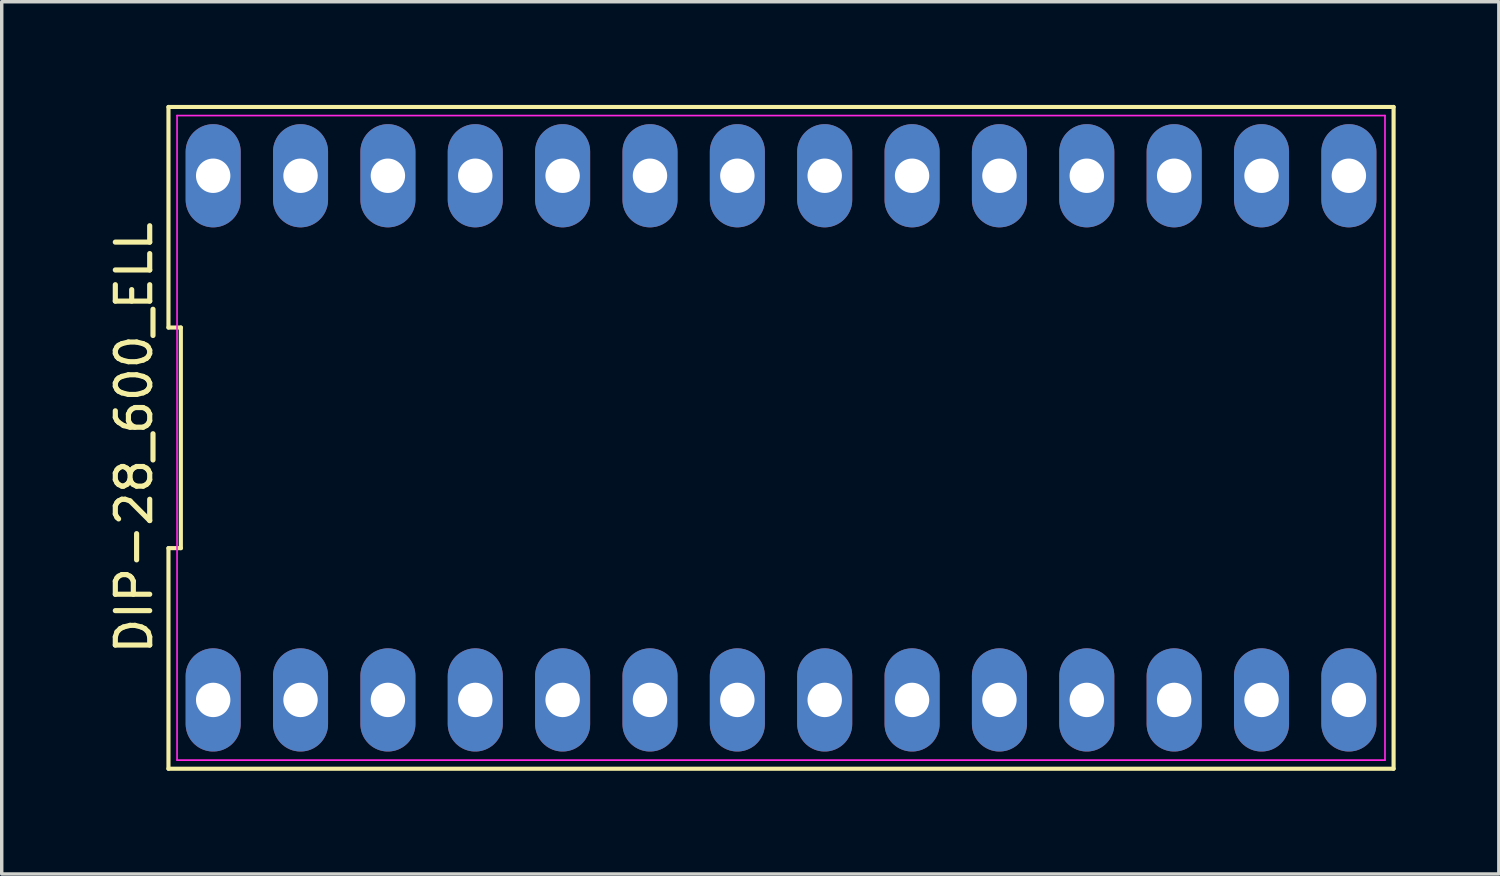
<source format=kicad_pcb>
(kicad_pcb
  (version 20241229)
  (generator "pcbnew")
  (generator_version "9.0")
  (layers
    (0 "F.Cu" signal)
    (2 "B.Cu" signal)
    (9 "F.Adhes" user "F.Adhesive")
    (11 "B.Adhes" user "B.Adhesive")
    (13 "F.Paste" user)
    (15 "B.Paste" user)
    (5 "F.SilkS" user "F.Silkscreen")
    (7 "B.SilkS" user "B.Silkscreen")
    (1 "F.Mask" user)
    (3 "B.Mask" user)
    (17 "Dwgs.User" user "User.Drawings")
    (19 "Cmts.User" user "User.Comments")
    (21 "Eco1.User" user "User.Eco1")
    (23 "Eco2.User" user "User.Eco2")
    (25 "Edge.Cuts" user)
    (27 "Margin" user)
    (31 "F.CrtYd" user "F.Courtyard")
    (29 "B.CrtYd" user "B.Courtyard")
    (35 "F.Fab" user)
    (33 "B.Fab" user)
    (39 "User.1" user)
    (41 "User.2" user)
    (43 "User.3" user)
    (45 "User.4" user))
  (footprint "DIP-28_600_ELL"
    (layer "F.Cu")
    (at 19.658 9.68)
    (property "Reference" "DIP-28_600_ELL" (at -18.81 0 90) (layer "F.SilkS") (effects (font (size 1 1) (thickness 0.15))))
    (attr through_hole)
    (fp_line (start -17.81 -9.62) (end -17.81 -3.207) (stroke (width 0.12) (type default)) (layer "F.SilkS"))
    (fp_line (start -17.81 -3.207) (end -17.45 -3.207) (stroke (width 0.12) (type default)) (layer "F.SilkS"))
    (fp_line (start -17.81 3.207) (end -17.81 9.62) (stroke (width 0.12) (type default)) (layer "F.SilkS"))
    (fp_line (start -17.81 9.62) (end 17.81 9.62) (stroke (width 0.12) (type default)) (layer "F.SilkS"))
    (fp_line (start -17.45 -3.207) (end -17.45 3.207) (stroke (width 0.12) (type default)) (layer "F.SilkS"))
    (fp_line (start -17.45 3.207) (end -17.81 3.207) (stroke (width 0.12) (type default)) (layer "F.SilkS"))
    (fp_line (start 17.81 -9.62) (end -17.81 -9.62) (stroke (width 0.12) (type default)) (layer "F.SilkS"))
    (fp_line (start 17.81 9.62) (end 17.81 -9.62) (stroke (width 0.12) (type default)) (layer "F.SilkS"))
    (fp_line (start -17.56 -9.37) (end 17.56 -9.37) (stroke (width 0.05) (type default)) (layer "F.CrtYd"))
    (fp_line (start -17.56 9.37) (end -17.56 -9.37) (stroke (width 0.05) (type default)) (layer "F.CrtYd"))
    (fp_line (start 17.56 -9.37) (end 17.56 9.37) (stroke (width 0.05) (type default)) (layer "F.CrtYd"))
    (fp_line (start 17.56 9.37) (end -17.56 9.37) (stroke (width 0.05) (type default)) (layer "F.CrtYd"))
    (pad "1" thru_hole oval (at -16.51 7.62) (size 1.6 3) (drill 1) (layers "*.Cu" "*.Mask"))
    (pad "2" thru_hole oval (at -13.97 7.62) (size 1.6 3) (drill 1) (layers "*.Cu" "*.Mask"))
    (pad "3" thru_hole oval (at -11.43 7.62) (size 1.6 3) (drill 1) (layers "*.Cu" "*.Mask"))
    (pad "4" thru_hole oval (at -8.89 7.62) (size 1.6 3) (drill 1) (layers "*.Cu" "*.Mask"))
    (pad "5" thru_hole oval (at -6.35 7.62) (size 1.6 3) (drill 1) (layers "*.Cu" "*.Mask"))
    (pad "6" thru_hole oval (at -3.81 7.62) (size 1.6 3) (drill 1) (layers "*.Cu" "*.Mask"))
    (pad "7" thru_hole oval (at -1.27 7.62) (size 1.6 3) (drill 1) (layers "*.Cu" "*.Mask"))
    (pad "8" thru_hole oval (at 1.27 7.62) (size 1.6 3) (drill 1) (layers "*.Cu" "*.Mask"))
    (pad "9" thru_hole oval (at 3.81 7.62) (size 1.6 3) (drill 1) (layers "*.Cu" "*.Mask"))
    (pad "10" thru_hole oval (at 6.35 7.62) (size 1.6 3) (drill 1) (layers "*.Cu" "*.Mask"))
    (pad "11" thru_hole oval (at 8.89 7.62) (size 1.6 3) (drill 1) (layers "*.Cu" "*.Mask"))
    (pad "12" thru_hole oval (at 11.43 7.62) (size 1.6 3) (drill 1) (layers "*.Cu" "*.Mask"))
    (pad "13" thru_hole oval (at 13.97 7.62) (size 1.6 3) (drill 1) (layers "*.Cu" "*.Mask"))
    (pad "14" thru_hole oval (at 16.51 7.62) (size 1.6 3) (drill 1) (layers "*.Cu" "*.Mask"))
    (pad "15" thru_hole oval (at 16.51 -7.62) (size 1.6 3) (drill 1) (layers "*.Cu" "*.Mask"))
    (pad "16" thru_hole oval (at 13.97 -7.62) (size 1.6 3) (drill 1) (layers "*.Cu" "*.Mask"))
    (pad "17" thru_hole oval (at 11.43 -7.62) (size 1.6 3) (drill 1) (layers "*.Cu" "*.Mask"))
    (pad "18" thru_hole oval (at 8.89 -7.62) (size 1.6 3) (drill 1) (layers "*.Cu" "*.Mask"))
    (pad "19" thru_hole oval (at 6.35 -7.62) (size 1.6 3) (drill 1) (layers "*.Cu" "*.Mask"))
    (pad "20" thru_hole oval (at 3.81 -7.62) (size 1.6 3) (drill 1) (layers "*.Cu" "*.Mask"))
    (pad "21" thru_hole oval (at 1.27 -7.62) (size 1.6 3) (drill 1) (layers "*.Cu" "*.Mask"))
    (pad "22" thru_hole oval (at -1.27 -7.62) (size 1.6 3) (drill 1) (layers "*.Cu" "*.Mask"))
    (pad "23" thru_hole oval (at -3.81 -7.62) (size 1.6 3) (drill 1) (layers "*.Cu" "*.Mask"))
    (pad "24" thru_hole oval (at -6.35 -7.62) (size 1.6 3) (drill 1) (layers "*.Cu" "*.Mask"))
    (pad "25" thru_hole oval (at -8.89 -7.62) (size 1.6 3) (drill 1) (layers "*.Cu" "*.Mask"))
    (pad "26" thru_hole oval (at -11.43 -7.62) (size 1.6 3) (drill 1) (layers "*.Cu" "*.Mask"))
    (pad "27" thru_hole oval (at -13.97 -7.62) (size 1.6 3) (drill 1) (layers "*.Cu" "*.Mask"))
    (pad "28" thru_hole oval (at -16.51 -7.62) (size 1.6 3) (drill 1) (layers "*.Cu" "*.Mask")))
  (gr_rect
    (start -3 -3)
    (end 40.528 22.36)
    (stroke (width 0.1) (type default))
    (fill no)
    (layer "Edge.Cuts")))
</source>
